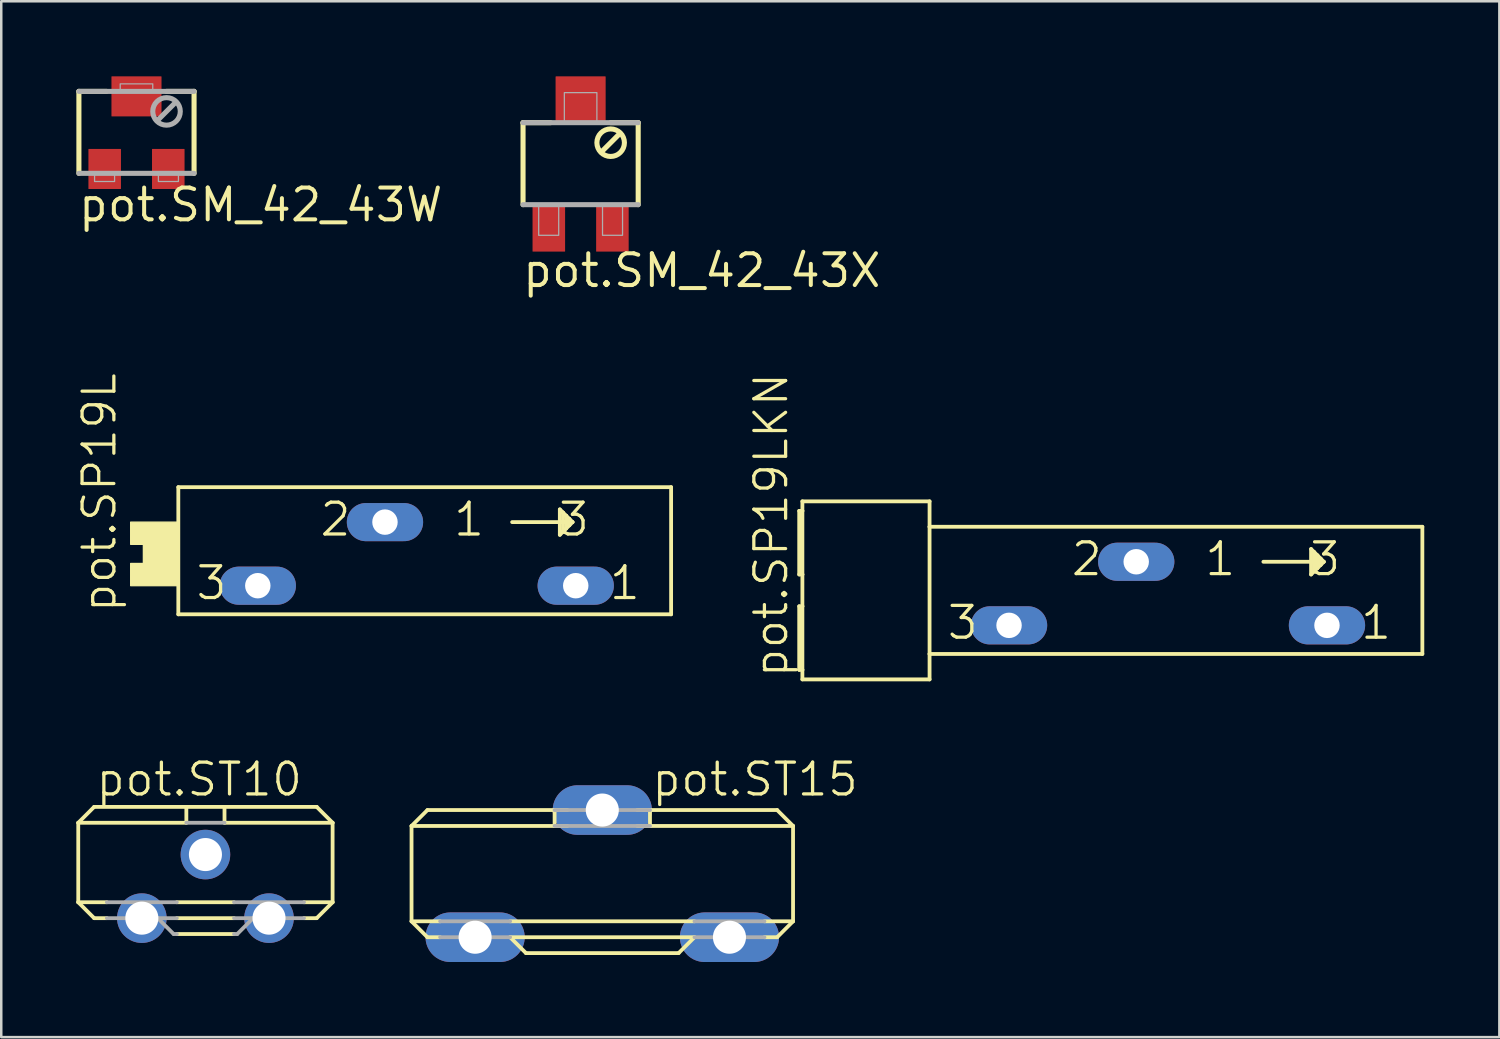
<source format=kicad_pcb>
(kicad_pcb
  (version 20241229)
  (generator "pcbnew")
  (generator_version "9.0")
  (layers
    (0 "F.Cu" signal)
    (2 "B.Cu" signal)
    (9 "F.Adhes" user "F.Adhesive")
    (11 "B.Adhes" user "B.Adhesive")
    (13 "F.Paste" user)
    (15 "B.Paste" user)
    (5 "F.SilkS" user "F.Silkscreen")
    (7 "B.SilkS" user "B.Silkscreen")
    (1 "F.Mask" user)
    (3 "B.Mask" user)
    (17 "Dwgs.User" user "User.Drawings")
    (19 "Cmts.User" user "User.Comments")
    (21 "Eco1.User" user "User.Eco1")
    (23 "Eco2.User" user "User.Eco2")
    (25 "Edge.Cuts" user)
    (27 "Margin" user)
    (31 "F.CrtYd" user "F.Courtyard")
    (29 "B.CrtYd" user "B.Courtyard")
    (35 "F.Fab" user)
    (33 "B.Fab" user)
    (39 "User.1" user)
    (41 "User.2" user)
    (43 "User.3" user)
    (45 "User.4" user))
  (footprint "pot.SM_42_43W"
    (layer "F.Cu")
    (at 2.402 2.25)
    (property "Reference" "pot.SM_42_43W" (at -2.4 3.625 0) (layer "F.SilkS") (effects (font (size 1.27 1.27) (thickness 0.16)) (justify left bottom)))
    (attr smd)
    (fp_line (start -2.3 -1.65) (end -2.3 1.625) (stroke (width 0.203) (type default)) (layer "F.SilkS"))
    (fp_line (start -1.2 -1.65) (end -2.3 -1.65) (stroke (width 0.203) (type default)) (layer "F.SilkS"))
    (fp_line (start 2.3 -1.65) (end 1.2 -1.65) (stroke (width 0.203) (type default)) (layer "F.SilkS"))
    (fp_line (start 2.3 1.625) (end 2.3 -1.65) (stroke (width 0.203) (type default)) (layer "F.SilkS"))
    (fp_line (start -2.3 1.625) (end 2.3 1.625) (stroke (width 0.203) (type default)) (layer "F.Fab"))
    (fp_line (start 1.525 -1.175) (end 0.875 -0.525) (stroke (width 0.203) (type default)) (layer "F.Fab"))
    (fp_line (start 2.3 -1.65) (end -2.3 -1.65) (stroke (width 0.203) (type default)) (layer "F.Fab"))
    (fp_rect (start -1.675 1.95) (end -0.875 1.65) (stroke (width 0.05) (type default)) (fill no) (layer "F.Fab"))
    (fp_rect (start -0.65 -1.65) (end 0.65 -1.95) (stroke (width 0.05) (type default)) (fill no) (layer "F.Fab"))
    (fp_rect (start 0.875 1.95) (end 1.675 1.65) (stroke (width 0.05) (type default)) (fill no) (layer "F.Fab"))
    (fp_circle (center 1.2 -0.85) (end 1.75 -0.85) (stroke (width 0.203) (type default)) (fill no) (layer "F.Fab"))
    (pad "1" smd roundrect (at -1.27 1.45) (size 1.3 1.6) (layers "F.Cu" "F.Mask" "F.Paste") (roundrect_rratio 0.01))
    (pad "2" smd roundrect (at 0 -1.45) (size 2 1.6) (layers "F.Cu" "F.Mask" "F.Paste") (roundrect_rratio 0.01))
    (pad "3" smd roundrect (at 1.27 1.45) (size 1.3 1.6) (layers "F.Cu" "F.Mask" "F.Paste") (roundrect_rratio 0.01)))
  (footprint "pot.ST10"
    (layer "F.Cu")
    (at 5.156 32.356)
    (property "Reference" "pot.ST10" (at -4.445 -3.531 0) (layer "F.SilkS") (effects (font (size 1.27 1.27) (thickness 0.13)) (justify left bottom)))
    (attr through_hole)
    (fp_line (start -5.08 0.635) (end -5.08 -2.54) (stroke (width 0.152) (type default)) (layer "F.SilkS"))
    (fp_line (start -5.08 0.635) (end -3.937 0.635) (stroke (width 0.152) (type default)) (layer "F.SilkS"))
    (fp_line (start -4.445 -3.175) (end -5.08 -2.54) (stroke (width 0.152) (type default)) (layer "F.SilkS"))
    (fp_line (start -4.445 -3.175) (end -0.762 -3.175) (stroke (width 0.152) (type default)) (layer "F.SilkS"))
    (fp_line (start -4.445 1.27) (end -5.08 0.635) (stroke (width 0.152) (type default)) (layer "F.SilkS"))
    (fp_line (start -4.445 1.27) (end -3.937 1.27) (stroke (width 0.152) (type default)) (layer "F.SilkS"))
    (fp_line (start -0.762 -3.175) (end -0.762 -2.54) (stroke (width 0.152) (type default)) (layer "F.SilkS"))
    (fp_line (start -0.762 -3.175) (end 0.762 -3.175) (stroke (width 0.152) (type default)) (layer "F.SilkS"))
    (fp_line (start -0.762 -2.54) (end -5.08 -2.54) (stroke (width 0.152) (type default)) (layer "F.SilkS"))
    (fp_line (start 0.762 -3.175) (end 4.445 -3.175) (stroke (width 0.152) (type default)) (layer "F.SilkS"))
    (fp_line (start 0.762 -2.54) (end 0.762 -3.175) (stroke (width 0.152) (type default)) (layer "F.SilkS"))
    (fp_line (start 1.143 0.635) (end -1.143 0.635) (stroke (width 0.152) (type default)) (layer "F.SilkS"))
    (fp_line (start 1.143 1.27) (end -1.143 1.27) (stroke (width 0.152) (type default)) (layer "F.SilkS"))
    (fp_line (start 1.143 1.905) (end -1.143 1.905) (stroke (width 0.152) (type default)) (layer "F.SilkS"))
    (fp_line (start 4.445 1.27) (end 3.937 1.27) (stroke (width 0.152) (type default)) (layer "F.SilkS"))
    (fp_line (start 5.08 -2.54) (end 0.762 -2.54) (stroke (width 0.152) (type default)) (layer "F.SilkS"))
    (fp_line (start 5.08 -2.54) (end 4.445 -3.175) (stroke (width 0.152) (type default)) (layer "F.SilkS"))
    (fp_line (start 5.08 -2.54) (end 5.08 0.635) (stroke (width 0.152) (type default)) (layer "F.SilkS"))
    (fp_line (start 5.08 0.635) (end 3.937 0.635) (stroke (width 0.152) (type default)) (layer "F.SilkS"))
    (fp_line (start 5.08 0.635) (end 4.445 1.27) (stroke (width 0.152) (type default)) (layer "F.SilkS"))
    (fp_line (start -3.937 0.635) (end -1.143 0.635) (stroke (width 0.152) (type default)) (layer "F.Fab"))
    (fp_line (start -3.937 1.27) (end -1.905 1.27) (stroke (width 0.152) (type default)) (layer "F.Fab"))
    (fp_line (start -1.905 1.27) (end -1.27 1.905) (stroke (width 0.152) (type default)) (layer "F.Fab"))
    (fp_line (start -1.27 1.905) (end -1.143 1.905) (stroke (width 0.152) (type default)) (layer "F.Fab"))
    (fp_line (start -1.143 1.27) (end -1.905 1.27) (stroke (width 0.152) (type default)) (layer "F.Fab"))
    (fp_line (start 0.762 -2.54) (end -0.762 -2.54) (stroke (width 0.152) (type default)) (layer "F.Fab"))
    (fp_line (start 1.143 1.27) (end 1.905 1.27) (stroke (width 0.152) (type default)) (layer "F.Fab"))
    (fp_line (start 1.143 1.905) (end 1.27 1.905) (stroke (width 0.152) (type default)) (layer "F.Fab"))
    (fp_line (start 1.27 1.905) (end 1.905 1.27) (stroke (width 0.152) (type default)) (layer "F.Fab"))
    (fp_line (start 3.937 0.635) (end 1.143 0.635) (stroke (width 0.152) (type default)) (layer "F.Fab"))
    (fp_line (start 3.937 1.27) (end 1.905 1.27) (stroke (width 0.152) (type default)) (layer "F.Fab"))
    (pad "A" thru_hole circle (at -2.54 1.27) (size 1.981 1.981) (drill 1.321) (layers "*.Cu" "*.Mask"))
    (pad "E" thru_hole circle (at 2.54 1.27) (size 1.981 1.981) (drill 1.321) (layers "*.Cu" "*.Mask"))
    (pad "S" thru_hole circle (at 0 -1.27) (size 1.981 1.981) (drill 1.321) (layers "*.Cu" "*.Mask")))
  (footprint "pot.SM_42_43X"
    (layer "F.Cu")
    (at 20.143 3.5)
    (property "Reference" "pot.SM_42_43X" (at -2.4 5 0) (layer "F.SilkS") (effects (font (size 1.27 1.27) (thickness 0.16)) (justify left bottom)))
    (attr smd)
    (fp_line (start -2.3 -1.65) (end -2.3 1.625) (stroke (width 0.203) (type default)) (layer "F.SilkS"))
    (fp_line (start -1.2 -1.65) (end -2.3 -1.65) (stroke (width 0.203) (type default)) (layer "F.SilkS"))
    (fp_line (start 1.525 -1.175) (end 0.875 -0.525) (stroke (width 0.203) (type default)) (layer "F.SilkS"))
    (fp_line (start 2.3 -1.65) (end 1.2 -1.65) (stroke (width 0.203) (type default)) (layer "F.SilkS"))
    (fp_line (start 2.3 1.625) (end 2.3 -1.65) (stroke (width 0.203) (type default)) (layer "F.SilkS"))
    (fp_circle (center 1.2 -0.85) (end 1.75 -0.85) (stroke (width 0.203) (type default)) (fill no) (layer "F.SilkS"))
    (fp_line (start -2.3 1.625) (end 2.3 1.625) (stroke (width 0.203) (type default)) (layer "F.Fab"))
    (fp_line (start 2.3 -1.65) (end -2.3 -1.65) (stroke (width 0.203) (type default)) (layer "F.Fab"))
    (fp_rect (start -1.675 2.85) (end -0.875 1.65) (stroke (width 0.05) (type default)) (fill no) (layer "F.Fab"))
    (fp_rect (start -0.65 -1.65) (end 0.65 -2.85) (stroke (width 0.05) (type default)) (fill no) (layer "F.Fab"))
    (fp_rect (start 0.875 2.85) (end 1.675 1.65) (stroke (width 0.05) (type default)) (fill no) (layer "F.Fab"))
    (pad "1" smd roundrect (at -1.27 2.55) (size 1.3 1.9) (layers "F.Cu" "F.Mask" "F.Paste") (roundrect_rratio 0.01))
    (pad "2" smd roundrect (at 0 -2.55) (size 2 1.9) (layers "F.Cu" "F.Mask" "F.Paste") (roundrect_rratio 0.01))
    (pad "3" smd roundrect (at 1.27 2.55) (size 1.3 1.9) (layers "F.Cu" "F.Mask" "F.Paste") (roundrect_rratio 0.01)))
  (footprint "pot.SP19L"
    (layer "F.Cu")
    (at 14.233 19.076)
    (property "Reference" "pot.SP19L" (at -12.573 2.413 90) (layer "F.SilkS") (effects (font (size 1.27 1.27) (thickness 0.13)) (justify left bottom)))
    (attr through_hole)
    (fp_line (start -10.16 -2.667) (end -10.16 2.413) (stroke (width 0.152) (type default)) (layer "F.SilkS"))
    (fp_line (start -10.16 2.413) (end 9.525 2.413) (stroke (width 0.152) (type default)) (layer "F.SilkS"))
    (fp_line (start 3.175 -1.27) (end 5.207 -1.27) (stroke (width 0.152) (type default)) (layer "F.SilkS"))
    (fp_line (start 5.08 -1.778) (end 5.08 -0.762) (stroke (width 0.152) (type default)) (layer "F.SilkS"))
    (fp_line (start 5.08 -0.762) (end 5.207 -0.889) (stroke (width 0.152) (type default)) (layer "F.SilkS"))
    (fp_line (start 5.207 -1.651) (end 5.08 -1.778) (stroke (width 0.152) (type default)) (layer "F.SilkS"))
    (fp_line (start 5.207 -1.27) (end 5.207 -1.651) (stroke (width 0.152) (type default)) (layer "F.SilkS"))
    (fp_line (start 5.207 -0.889) (end 5.207 -1.27) (stroke (width 0.152) (type default)) (layer "F.SilkS"))
    (fp_line (start 5.334 -1.524) (end 5.207 -1.651) (stroke (width 0.152) (type default)) (layer "F.SilkS"))
    (fp_line (start 5.334 -1.016) (end 5.207 -0.889) (stroke (width 0.152) (type default)) (layer "F.SilkS"))
    (fp_line (start 5.334 -1.016) (end 5.334 -1.524) (stroke (width 0.152) (type default)) (layer "F.SilkS"))
    (fp_line (start 5.461 -1.397) (end 5.334 -1.524) (stroke (width 0.152) (type default)) (layer "F.SilkS"))
    (fp_line (start 5.461 -1.143) (end 5.334 -1.016) (stroke (width 0.152) (type default)) (layer "F.SilkS"))
    (fp_line (start 5.461 -1.143) (end 5.461 -1.397) (stroke (width 0.152) (type default)) (layer "F.SilkS"))
    (fp_line (start 5.588 -1.27) (end 5.207 -1.27) (stroke (width 0.152) (type default)) (layer "F.SilkS"))
    (fp_line (start 5.588 -1.27) (end 5.461 -1.397) (stroke (width 0.152) (type default)) (layer "F.SilkS"))
    (fp_line (start 5.588 -1.27) (end 5.461 -1.143) (stroke (width 0.152) (type default)) (layer "F.SilkS"))
    (fp_line (start 9.525 -2.667) (end -10.16 -2.667) (stroke (width 0.152) (type default)) (layer "F.SilkS"))
    (fp_line (start 9.525 2.413) (end 9.525 -2.667) (stroke (width 0.152) (type default)) (layer "F.SilkS"))
    (fp_rect (start -12.065 -0.381) (end -10.16 -1.27) (stroke (width 0.05) (type default)) (fill yes) (layer "F.SilkS"))
    (fp_rect (start -12.065 1.27) (end -10.16 0.381) (stroke (width 0.05) (type default)) (fill yes) (layer "F.SilkS"))
    (fp_rect (start -11.557 0.381) (end -10.16 -0.381) (stroke (width 0.05) (type default)) (fill yes) (layer "F.SilkS"))
    (fp_text user "1" (at 6.985 1.905 0) (layer "F.SilkS") (effects (font (size 1.27 1.27) (thickness 0.13)) (justify left bottom)))
    (fp_text user "3 " (at 4.953 -0.635 0) (layer "F.SilkS") (effects (font (size 1.27 1.27) (thickness 0.13)) (justify left bottom)))
    (fp_text user "2" (at -4.572 -0.635 0) (layer "F.SilkS") (effects (font (size 1.27 1.27) (thickness 0.13)) (justify left bottom)))
    (fp_text user "1 " (at 0.762 -0.635 0) (layer "F.SilkS") (effects (font (size 1.27 1.27) (thickness 0.13)) (justify left bottom)))
    (fp_text user "3" (at -9.525 1.905 0) (layer "F.SilkS") (effects (font (size 1.27 1.27) (thickness 0.13)) (justify left bottom)))
    (pad "A" thru_hole oval (at 5.715 1.27) (size 3.048 1.524) (drill 1.016) (layers "*.Cu" "*.Mask"))
    (pad "E" thru_hole oval (at -6.985 1.27) (size 3.048 1.524) (drill 1.016) (layers "*.Cu" "*.Mask"))
    (pad "S" thru_hole oval (at -1.905 -1.27) (size 3.048 1.524) (drill 1.016) (layers "*.Cu" "*.Mask")))
  (footprint "pot.ST15"
    (layer "F.Cu")
    (at 21.009 31.848)
    (property "Reference" "pot.ST15" (at 1.905 -3.023 0) (layer "F.SilkS") (effects (font (size 1.27 1.27) (thickness 0.13)) (justify left bottom)))
    (attr through_hole)
    (fp_line (start -7.62 1.905) (end -7.62 -1.905) (stroke (width 0.152) (type default)) (layer "F.SilkS"))
    (fp_line (start -7.62 1.905) (end -6.477 1.905) (stroke (width 0.152) (type default)) (layer "F.SilkS"))
    (fp_line (start -6.985 -2.54) (end -7.62 -1.905) (stroke (width 0.152) (type default)) (layer "F.SilkS"))
    (fp_line (start -6.985 -2.54) (end -1.905 -2.54) (stroke (width 0.152) (type default)) (layer "F.SilkS"))
    (fp_line (start -6.985 2.54) (end -7.62 1.905) (stroke (width 0.152) (type default)) (layer "F.SilkS"))
    (fp_line (start -6.985 2.54) (end -6.477 2.54) (stroke (width 0.152) (type default)) (layer "F.SilkS"))
    (fp_line (start -3.683 2.54) (end -3.048 3.175) (stroke (width 0.152) (type default)) (layer "F.SilkS"))
    (fp_line (start -1.905 -2.54) (end -1.905 -1.905) (stroke (width 0.152) (type default)) (layer "F.SilkS"))
    (fp_line (start -1.905 -2.54) (end -1.397 -2.54) (stroke (width 0.152) (type default)) (layer "F.SilkS"))
    (fp_line (start -1.905 -1.905) (end -7.62 -1.905) (stroke (width 0.152) (type default)) (layer "F.SilkS"))
    (fp_line (start -1.397 -1.905) (end -1.905 -1.905) (stroke (width 0.152) (type default)) (layer "F.SilkS"))
    (fp_line (start 1.397 -2.54) (end 1.905 -2.54) (stroke (width 0.152) (type default)) (layer "F.SilkS"))
    (fp_line (start 1.905 -2.54) (end 1.905 -1.905) (stroke (width 0.152) (type default)) (layer "F.SilkS"))
    (fp_line (start 1.905 -2.54) (end 6.985 -2.54) (stroke (width 0.152) (type default)) (layer "F.SilkS"))
    (fp_line (start 1.905 -1.905) (end 1.397 -1.905) (stroke (width 0.152) (type default)) (layer "F.SilkS"))
    (fp_line (start 3.048 3.175) (end -3.048 3.175) (stroke (width 0.152) (type default)) (layer "F.SilkS"))
    (fp_line (start 3.048 3.175) (end 3.683 2.54) (stroke (width 0.152) (type default)) (layer "F.SilkS"))
    (fp_line (start 3.683 1.905) (end -3.683 1.905) (stroke (width 0.152) (type default)) (layer "F.SilkS"))
    (fp_line (start 3.683 2.54) (end -3.683 2.54) (stroke (width 0.152) (type default)) (layer "F.SilkS"))
    (fp_line (start 6.985 2.54) (end 6.477 2.54) (stroke (width 0.152) (type default)) (layer "F.SilkS"))
    (fp_line (start 7.62 -1.905) (end 1.905 -1.905) (stroke (width 0.152) (type default)) (layer "F.SilkS"))
    (fp_line (start 7.62 -1.905) (end 6.985 -2.54) (stroke (width 0.152) (type default)) (layer "F.SilkS"))
    (fp_line (start 7.62 -1.905) (end 7.62 1.905) (stroke (width 0.152) (type default)) (layer "F.SilkS"))
    (fp_line (start 7.62 1.905) (end 6.477 1.905) (stroke (width 0.152) (type default)) (layer "F.SilkS"))
    (fp_line (start 7.62 1.905) (end 6.985 2.54) (stroke (width 0.152) (type default)) (layer "F.SilkS"))
    (fp_line (start -6.477 1.905) (end -3.683 1.905) (stroke (width 0.152) (type default)) (layer "F.Fab"))
    (fp_line (start -6.477 2.54) (end -3.683 2.54) (stroke (width 0.152) (type default)) (layer "F.Fab"))
    (fp_line (start -1.905 -2.54) (end 1.905 -2.54) (stroke (width 0.152) (type default)) (layer "F.Fab"))
    (fp_line (start 1.905 -1.905) (end -1.905 -1.905) (stroke (width 0.152) (type default)) (layer "F.Fab"))
    (fp_line (start 6.477 1.905) (end 3.683 1.905) (stroke (width 0.152) (type default)) (layer "F.Fab"))
    (fp_line (start 6.477 2.54) (end 3.683 2.54) (stroke (width 0.152) (type default)) (layer "F.Fab"))
    (pad "A" thru_hole oval (at -5.08 2.54) (size 3.962 1.981) (drill 1.321) (layers "*.Cu" "*.Mask"))
    (pad "E" thru_hole oval (at 5.08 2.54) (size 3.962 1.981) (drill 1.321) (layers "*.Cu" "*.Mask"))
    (pad "S" thru_hole oval (at 0 -2.54) (size 3.962 1.981) (drill 1.321) (layers "*.Cu" "*.Mask")))
  (footprint "pot.SP19LKN"
    (layer "F.Cu")
    (at 43.607 20.66)
    (property "Reference" "pot.SP19LKN" (at -15.113 3.429 90) (layer "F.SilkS") (effects (font (size 1.27 1.27) (thickness 0.13)) (justify left bottom)))
    (attr through_hole)
    (fp_line (start -14.732 -3.302) (end -14.732 -0.762) (stroke (width 0.152) (type default)) (layer "F.SilkS"))
    (fp_line (start -14.732 -0.762) (end -14.605 -0.762) (stroke (width 0.152) (type default)) (layer "F.SilkS"))
    (fp_line (start -14.732 0.508) (end -14.732 3.048) (stroke (width 0.152) (type default)) (layer "F.SilkS"))
    (fp_line (start -14.732 3.048) (end -14.605 3.048) (stroke (width 0.152) (type default)) (layer "F.SilkS"))
    (fp_line (start -14.605 -3.683) (end -14.605 -3.302) (stroke (width 0.152) (type default)) (layer "F.SilkS"))
    (fp_line (start -14.605 -3.302) (end -14.732 -3.302) (stroke (width 0.152) (type default)) (layer "F.SilkS"))
    (fp_line (start -14.605 -3.302) (end -14.605 -0.762) (stroke (width 0.152) (type default)) (layer "F.SilkS"))
    (fp_line (start -14.605 -0.762) (end -14.605 0.508) (stroke (width 0.152) (type default)) (layer "F.SilkS"))
    (fp_line (start -14.605 0.508) (end -14.732 0.508) (stroke (width 0.152) (type default)) (layer "F.SilkS"))
    (fp_line (start -14.605 0.508) (end -14.605 3.048) (stroke (width 0.152) (type default)) (layer "F.SilkS"))
    (fp_line (start -14.605 3.048) (end -14.605 3.429) (stroke (width 0.152) (type default)) (layer "F.SilkS"))
    (fp_line (start -14.605 3.429) (end -9.525 3.429) (stroke (width 0.152) (type default)) (layer "F.SilkS"))
    (fp_line (start -9.525 -3.683) (end -14.605 -3.683) (stroke (width 0.152) (type default)) (layer "F.SilkS"))
    (fp_line (start -9.525 -2.667) (end -9.525 -3.683) (stroke (width 0.152) (type default)) (layer "F.SilkS"))
    (fp_line (start -9.525 -2.667) (end -9.525 2.413) (stroke (width 0.152) (type default)) (layer "F.SilkS"))
    (fp_line (start -9.525 2.413) (end 10.16 2.413) (stroke (width 0.152) (type default)) (layer "F.SilkS"))
    (fp_line (start -9.525 3.429) (end -9.525 2.413) (stroke (width 0.152) (type default)) (layer "F.SilkS"))
    (fp_line (start 3.81 -1.27) (end 5.842 -1.27) (stroke (width 0.152) (type default)) (layer "F.SilkS"))
    (fp_line (start 5.715 -1.778) (end 5.715 -0.762) (stroke (width 0.152) (type default)) (layer "F.SilkS"))
    (fp_line (start 5.715 -0.762) (end 5.842 -0.889) (stroke (width 0.152) (type default)) (layer "F.SilkS"))
    (fp_line (start 5.842 -1.651) (end 5.715 -1.778) (stroke (width 0.152) (type default)) (layer "F.SilkS"))
    (fp_line (start 5.842 -1.27) (end 5.842 -1.651) (stroke (width 0.152) (type default)) (layer "F.SilkS"))
    (fp_line (start 5.842 -0.889) (end 5.842 -1.27) (stroke (width 0.152) (type default)) (layer "F.SilkS"))
    (fp_line (start 5.969 -1.524) (end 5.842 -1.651) (stroke (width 0.152) (type default)) (layer "F.SilkS"))
    (fp_line (start 5.969 -1.016) (end 5.842 -0.889) (stroke (width 0.152) (type default)) (layer "F.SilkS"))
    (fp_line (start 5.969 -1.016) (end 5.969 -1.524) (stroke (width 0.152) (type default)) (layer "F.SilkS"))
    (fp_line (start 6.096 -1.397) (end 5.969 -1.524) (stroke (width 0.152) (type default)) (layer "F.SilkS"))
    (fp_line (start 6.096 -1.143) (end 5.969 -1.016) (stroke (width 0.152) (type default)) (layer "F.SilkS"))
    (fp_line (start 6.096 -1.143) (end 6.096 -1.397) (stroke (width 0.152) (type default)) (layer "F.SilkS"))
    (fp_line (start 6.223 -1.27) (end 5.842 -1.27) (stroke (width 0.152) (type default)) (layer "F.SilkS"))
    (fp_line (start 6.223 -1.27) (end 6.096 -1.397) (stroke (width 0.152) (type default)) (layer "F.SilkS"))
    (fp_line (start 6.223 -1.27) (end 6.096 -1.143) (stroke (width 0.152) (type default)) (layer "F.SilkS"))
    (fp_line (start 10.16 -2.667) (end -9.525 -2.667) (stroke (width 0.152) (type default)) (layer "F.SilkS"))
    (fp_line (start 10.16 2.413) (end 10.16 -2.667) (stroke (width 0.152) (type default)) (layer "F.SilkS"))
    (fp_text user "1" (at 7.62 1.905 0) (layer "F.SilkS") (effects (font (size 1.27 1.27) (thickness 0.13)) (justify left bottom)))
    (fp_text user "1 " (at 1.397 -0.635 0) (layer "F.SilkS") (effects (font (size 1.27 1.27) (thickness 0.13)) (justify left bottom)))
    (fp_text user "2" (at -3.937 -0.635 0) (layer "F.SilkS") (effects (font (size 1.27 1.27) (thickness 0.13)) (justify left bottom)))
    (fp_text user "3 " (at 5.588 -0.635 0) (layer "F.SilkS") (effects (font (size 1.27 1.27) (thickness 0.13)) (justify left bottom)))
    (fp_text user "3" (at -8.89 1.905 0) (layer "F.SilkS") (effects (font (size 1.27 1.27) (thickness 0.13)) (justify left bottom)))
    (pad "A" thru_hole oval (at 6.35 1.27) (size 3.048 1.524) (drill 1.016) (layers "*.Cu" "*.Mask"))
    (pad "E" thru_hole oval (at -6.35 1.27) (size 3.048 1.524) (drill 1.016) (layers "*.Cu" "*.Mask"))
    (pad "S" thru_hole oval (at -1.27 -1.27) (size 3.048 1.524) (drill 1.016) (layers "*.Cu" "*.Mask")))
  (gr_rect
    (start -3 -3)
    (end 56.843 38.379)
    (stroke (width 0.1) (type default))
    (fill no)
    (layer "Edge.Cuts")))
</source>
